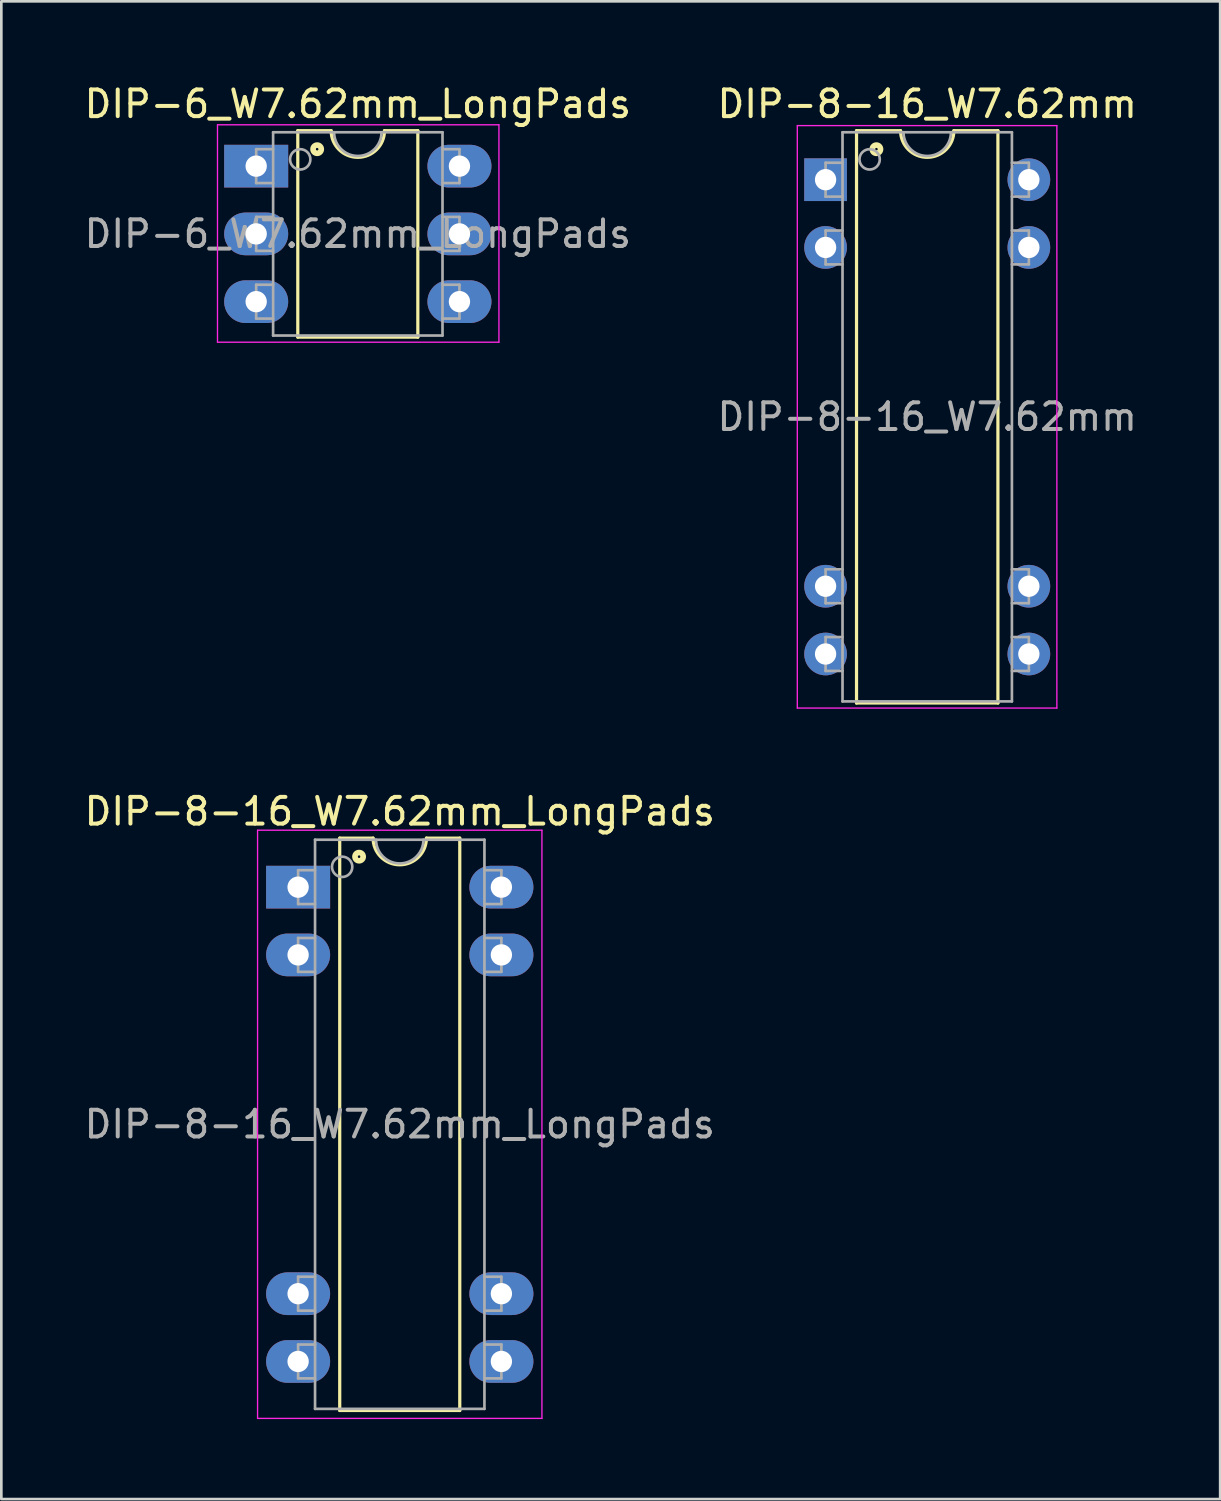
<source format=kicad_pcb>
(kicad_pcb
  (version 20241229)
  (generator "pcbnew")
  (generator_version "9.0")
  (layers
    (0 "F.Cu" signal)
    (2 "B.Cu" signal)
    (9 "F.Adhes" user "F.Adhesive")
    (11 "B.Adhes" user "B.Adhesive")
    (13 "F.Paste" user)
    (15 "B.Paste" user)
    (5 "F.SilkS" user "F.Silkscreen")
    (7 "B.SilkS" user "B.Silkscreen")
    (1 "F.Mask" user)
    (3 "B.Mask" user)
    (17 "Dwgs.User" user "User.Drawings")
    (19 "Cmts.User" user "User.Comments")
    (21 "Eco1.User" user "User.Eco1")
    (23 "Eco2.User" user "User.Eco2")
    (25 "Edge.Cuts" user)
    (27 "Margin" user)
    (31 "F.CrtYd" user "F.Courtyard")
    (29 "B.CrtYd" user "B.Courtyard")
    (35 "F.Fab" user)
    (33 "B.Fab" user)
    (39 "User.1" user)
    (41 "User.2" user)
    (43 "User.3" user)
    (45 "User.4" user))
  (footprint "DIP-6_W7.62mm_LongPads"
    (layer "F.Cu")
    (at 6.553 3.178)
    (property "Reference" "DIP-6_W7.62mm_LongPads" (at 3.81 -2.33 0) (layer "F.SilkS") (effects (font (size 1 1) (thickness 0.15))))
    (attr through_hole)
    (fp_line (start 1.56 -1.33) (end 1.56 6.41) (stroke (width 0.12) (type solid)) (layer "F.SilkS"))
    (fp_line (start 1.56 6.41) (end 6.06 6.41) (stroke (width 0.12) (type solid)) (layer "F.SilkS"))
    (fp_line (start 2.81 -1.33) (end 1.56 -1.33) (stroke (width 0.12) (type solid)) (layer "F.SilkS"))
    (fp_line (start 6.06 -1.33) (end 4.81 -1.33) (stroke (width 0.12) (type solid)) (layer "F.SilkS"))
    (fp_line (start 6.06 6.41) (end 6.06 -1.33) (stroke (width 0.12) (type solid)) (layer "F.SilkS"))
    (fp_arc (start 4.81 -1.33) (mid 3.81 -0.33) (end 2.81 -1.33) (stroke (width 0.12) (type solid)) (layer "F.SilkS"))
    (fp_circle (center 2.286 -0.635) (end 2.336 -0.635) (stroke (width 0.12) (type solid)) (fill no) (layer "F.SilkS"))
    (fp_circle (center 2.286 -0.635) (end 2.411 -0.635) (stroke (width 0.12) (type solid)) (fill no) (layer "F.SilkS"))
    (fp_circle (center 2.286 -0.635) (end 2.486 -0.635) (stroke (width 0.12) (type solid)) (fill no) (layer "F.SilkS"))
    (fp_line (start -1.45 -1.55) (end -1.45 6.6) (stroke (width 0.05) (type solid)) (layer "F.CrtYd"))
    (fp_line (start -1.45 6.6) (end 9.1 6.6) (stroke (width 0.05) (type solid)) (layer "F.CrtYd"))
    (fp_line (start 9.1 -1.55) (end -1.45 -1.55) (stroke (width 0.05) (type solid)) (layer "F.CrtYd"))
    (fp_line (start 9.1 6.6) (end 9.1 -1.55) (stroke (width 0.05) (type solid)) (layer "F.CrtYd"))
    (fp_line (start 0 -0.635) (end 0 0.635) (stroke (width 0.1) (type solid)) (layer "F.Fab"))
    (fp_line (start 0 -0.635) (end 0.635 -0.635) (stroke (width 0.1) (type solid)) (layer "F.Fab"))
    (fp_line (start 0 0.635) (end 0.635 0.635) (stroke (width 0.1) (type solid)) (layer "F.Fab"))
    (fp_line (start 0 1.905) (end 0 3.175) (stroke (width 0.1) (type solid)) (layer "F.Fab"))
    (fp_line (start 0 1.905) (end 0.635 1.905) (stroke (width 0.1) (type solid)) (layer "F.Fab"))
    (fp_line (start 0 3.175) (end 0.635 3.175) (stroke (width 0.1) (type solid)) (layer "F.Fab"))
    (fp_line (start 0 4.445) (end 0 5.715) (stroke (width 0.1) (type solid)) (layer "F.Fab"))
    (fp_line (start 0 4.445) (end 0.635 4.445) (stroke (width 0.1) (type solid)) (layer "F.Fab"))
    (fp_line (start 0 5.715) (end 0.635 5.715) (stroke (width 0.1) (type solid)) (layer "F.Fab"))
    (fp_line (start 0.635 -1.27) (end 6.985 -1.27) (stroke (width 0.1) (type solid)) (layer "F.Fab"))
    (fp_line (start 0.635 6.35) (end 0.635 -1.27) (stroke (width 0.1) (type solid)) (layer "F.Fab"))
    (fp_line (start 6.985 -1.27) (end 6.985 6.35) (stroke (width 0.1) (type solid)) (layer "F.Fab"))
    (fp_line (start 6.985 6.35) (end 0.635 6.35) (stroke (width 0.1) (type solid)) (layer "F.Fab"))
    (fp_line (start 7.62 -0.635) (end 6.985 -0.635) (stroke (width 0.1) (type solid)) (layer "F.Fab"))
    (fp_line (start 7.62 0.635) (end 6.985 0.635) (stroke (width 0.1) (type solid)) (layer "F.Fab"))
    (fp_line (start 7.62 0.635) (end 7.62 -0.635) (stroke (width 0.1) (type solid)) (layer "F.Fab"))
    (fp_line (start 7.62 1.905) (end 6.985 1.905) (stroke (width 0.1) (type solid)) (layer "F.Fab"))
    (fp_line (start 7.62 3.175) (end 6.985 3.175) (stroke (width 0.1) (type solid)) (layer "F.Fab"))
    (fp_line (start 7.62 3.175) (end 7.62 1.905) (stroke (width 0.1) (type solid)) (layer "F.Fab"))
    (fp_line (start 7.62 4.445) (end 6.985 4.445) (stroke (width 0.1) (type solid)) (layer "F.Fab"))
    (fp_line (start 7.62 5.715) (end 6.985 5.715) (stroke (width 0.1) (type solid)) (layer "F.Fab"))
    (fp_line (start 7.62 5.715) (end 7.62 4.445) (stroke (width 0.1) (type solid)) (layer "F.Fab"))
    (fp_arc (start 4.699 -1.27) (mid 3.81 -0.381) (end 2.921 -1.27) (stroke (width 0.1) (type solid)) (layer "F.Fab"))
    (fp_circle (center 1.651 -0.254) (end 2.032 -0.254) (stroke (width 0.1) (type solid)) (fill no) (layer "F.Fab"))
    (fp_text user "${REFERENCE}" (at 3.81 2.54 0) (layer "F.Fab") (effects (font (size 1 1) (thickness 0.15))))
    (pad "1" thru_hole rect (at 0 0) (size 2.4 1.6) (drill 0.8) (layers "*.Cu" "*.Mask"))
    (pad "2" thru_hole oval (at 0 2.54) (size 2.4 1.6) (drill 0.8) (layers "*.Cu" "*.Mask"))
    (pad "3" thru_hole oval (at 0 5.08) (size 2.4 1.6) (drill 0.8) (layers "*.Cu" "*.Mask"))
    (pad "4" thru_hole oval (at 7.62 5.08) (size 2.4 1.6) (drill 0.8) (layers "*.Cu" "*.Mask"))
    (pad "5" thru_hole oval (at 7.62 2.54) (size 2.4 1.6) (drill 0.8) (layers "*.Cu" "*.Mask"))
    (pad "6" thru_hole oval (at 7.62 0) (size 2.4 1.6) (drill 0.8) (layers "*.Cu" "*.Mask")))
  (footprint "DIP-8-16_W7.62mm"
    (layer "F.Cu")
    (at 27.898 3.686)
    (property "Reference" "DIP-8-16_W7.62mm" (at 3.81 -2.838 0) (layer "F.SilkS") (effects (font (size 1 1) (thickness 0.15))))
    (attr through_hole)
    (fp_line (start 1.16 -1.838) (end 1.16 19.618) (stroke (width 0.12) (type solid)) (layer "F.SilkS"))
    (fp_line (start 1.16 19.618) (end 6.46 19.618) (stroke (width 0.12) (type solid)) (layer "F.SilkS"))
    (fp_line (start 2.81 -1.838) (end 1.16 -1.838) (stroke (width 0.12) (type solid)) (layer "F.SilkS"))
    (fp_line (start 6.46 -1.838) (end 4.81 -1.838) (stroke (width 0.12) (type solid)) (layer "F.SilkS"))
    (fp_line (start 6.46 19.618) (end 6.46 -1.838) (stroke (width 0.12) (type solid)) (layer "F.SilkS"))
    (fp_arc (start 4.81 -1.838) (mid 3.81 -0.838) (end 2.81 -1.838) (stroke (width 0.12) (type solid)) (layer "F.SilkS"))
    (fp_circle (center 1.905 -1.143) (end 1.955 -1.143) (stroke (width 0.12) (type solid)) (fill no) (layer "F.SilkS"))
    (fp_circle (center 1.905 -1.143) (end 2.03 -1.143) (stroke (width 0.12) (type solid)) (fill no) (layer "F.SilkS"))
    (fp_circle (center 1.905 -1.143) (end 2.105 -1.143) (stroke (width 0.12) (type solid)) (fill no) (layer "F.SilkS"))
    (fp_line (start -1.06 -2.028) (end -1.06 19.808) (stroke (width 0.05) (type solid)) (layer "F.CrtYd"))
    (fp_line (start -1.06 19.808) (end 8.67 19.808) (stroke (width 0.05) (type solid)) (layer "F.CrtYd"))
    (fp_line (start 8.67 -2.028) (end -1.06 -2.028) (stroke (width 0.05) (type solid)) (layer "F.CrtYd"))
    (fp_line (start 8.67 19.808) (end 8.67 -2.028) (stroke (width 0.05) (type solid)) (layer "F.CrtYd"))
    (fp_line (start 0 -0.635) (end 0 0.635) (stroke (width 0.1) (type solid)) (layer "F.Fab"))
    (fp_line (start 0 -0.635) (end 0.635 -0.635) (stroke (width 0.1) (type solid)) (layer "F.Fab"))
    (fp_line (start 0 0.635) (end 0.635 0.635) (stroke (width 0.1) (type solid)) (layer "F.Fab"))
    (fp_line (start 0 1.905) (end 0 3.175) (stroke (width 0.1) (type solid)) (layer "F.Fab"))
    (fp_line (start 0 1.905) (end 0.635 1.905) (stroke (width 0.1) (type solid)) (layer "F.Fab"))
    (fp_line (start 0 3.175) (end 0.635 3.175) (stroke (width 0.1) (type solid)) (layer "F.Fab"))
    (fp_line (start 0 14.605) (end 0 15.875) (stroke (width 0.1) (type solid)) (layer "F.Fab"))
    (fp_line (start 0 14.605) (end 0.635 14.605) (stroke (width 0.1) (type solid)) (layer "F.Fab"))
    (fp_line (start 0 15.875) (end 0.635 15.875) (stroke (width 0.1) (type solid)) (layer "F.Fab"))
    (fp_line (start 0 17.145) (end 0 18.415) (stroke (width 0.1) (type solid)) (layer "F.Fab"))
    (fp_line (start 0 17.145) (end 0.635 17.145) (stroke (width 0.1) (type solid)) (layer "F.Fab"))
    (fp_line (start 0 18.415) (end 0.635 18.415) (stroke (width 0.1) (type solid)) (layer "F.Fab"))
    (fp_line (start 0.635 -1.778) (end 6.985 -1.778) (stroke (width 0.1) (type solid)) (layer "F.Fab"))
    (fp_line (start 0.635 19.558) (end 0.635 -1.778) (stroke (width 0.1) (type solid)) (layer "F.Fab"))
    (fp_line (start 6.985 -1.778) (end 6.985 19.558) (stroke (width 0.1) (type solid)) (layer "F.Fab"))
    (fp_line (start 6.985 19.558) (end 0.635 19.558) (stroke (width 0.1) (type solid)) (layer "F.Fab"))
    (fp_line (start 7.62 -0.635) (end 6.985 -0.635) (stroke (width 0.1) (type solid)) (layer "F.Fab"))
    (fp_line (start 7.62 0.635) (end 6.985 0.635) (stroke (width 0.1) (type solid)) (layer "F.Fab"))
    (fp_line (start 7.62 0.635) (end 7.62 -0.635) (stroke (width 0.1) (type solid)) (layer "F.Fab"))
    (fp_line (start 7.62 1.905) (end 6.985 1.905) (stroke (width 0.1) (type solid)) (layer "F.Fab"))
    (fp_line (start 7.62 3.175) (end 6.985 3.175) (stroke (width 0.1) (type solid)) (layer "F.Fab"))
    (fp_line (start 7.62 3.175) (end 7.62 1.905) (stroke (width 0.1) (type solid)) (layer "F.Fab"))
    (fp_line (start 7.62 14.605) (end 6.985 14.605) (stroke (width 0.1) (type solid)) (layer "F.Fab"))
    (fp_line (start 7.62 15.875) (end 6.985 15.875) (stroke (width 0.1) (type solid)) (layer "F.Fab"))
    (fp_line (start 7.62 15.875) (end 7.62 14.605) (stroke (width 0.1) (type solid)) (layer "F.Fab"))
    (fp_line (start 7.62 17.145) (end 6.985 17.145) (stroke (width 0.1) (type solid)) (layer "F.Fab"))
    (fp_line (start 7.62 18.415) (end 6.985 18.415) (stroke (width 0.1) (type solid)) (layer "F.Fab"))
    (fp_line (start 7.62 18.415) (end 7.62 17.145) (stroke (width 0.1) (type solid)) (layer "F.Fab"))
    (fp_arc (start 4.699 -1.778) (mid 3.81 -0.889) (end 2.921 -1.778) (stroke (width 0.1) (type solid)) (layer "F.Fab"))
    (fp_circle (center 1.651 -0.762) (end 2.032 -0.762) (stroke (width 0.1) (type solid)) (fill no) (layer "F.Fab"))
    (fp_text user "${REFERENCE}" (at 3.81 8.89 0) (layer "F.Fab") (effects (font (size 1 1) (thickness 0.15))))
    (pad "1" thru_hole rect (at 0 0) (size 1.6 1.6) (drill 0.8) (layers "*.Cu" "*.Mask"))
    (pad "2" thru_hole circle (at 0 2.54) (size 1.6 1.6) (drill 0.8) (layers "*.Cu" "*.Mask"))
    (pad "3" thru_hole circle (at 0 15.24) (size 1.6 1.6) (drill 0.8) (layers "*.Cu" "*.Mask"))
    (pad "4" thru_hole circle (at 0 17.78) (size 1.6 1.6) (drill 0.8) (layers "*.Cu" "*.Mask"))
    (pad "5" thru_hole circle (at 7.62 17.78) (size 1.6 1.6) (drill 0.8) (layers "*.Cu" "*.Mask"))
    (pad "6" thru_hole circle (at 7.62 15.24) (size 1.6 1.6) (drill 0.8) (layers "*.Cu" "*.Mask"))
    (pad "7" thru_hole circle (at 7.62 2.54) (size 1.6 1.6) (drill 0.8) (layers "*.Cu" "*.Mask"))
    (pad "8" thru_hole circle (at 7.62 0) (size 1.6 1.6) (drill 0.8) (layers "*.Cu" "*.Mask")))
  (footprint "DIP-8-16_W7.62mm_LongPads"
    (layer "F.Cu")
    (at 8.125 30.206)
    (property "Reference" "DIP-8-16_W7.62mm_LongPads" (at 3.81 -2.838 0) (layer "F.SilkS") (effects (font (size 1 1) (thickness 0.15))))
    (attr through_hole)
    (fp_line (start 1.56 -1.838) (end 1.56 19.618) (stroke (width 0.12) (type solid)) (layer "F.SilkS"))
    (fp_line (start 1.56 19.618) (end 6.06 19.618) (stroke (width 0.12) (type solid)) (layer "F.SilkS"))
    (fp_line (start 2.81 -1.838) (end 1.56 -1.838) (stroke (width 0.12) (type solid)) (layer "F.SilkS"))
    (fp_line (start 6.06 -1.838) (end 4.81 -1.838) (stroke (width 0.12) (type solid)) (layer "F.SilkS"))
    (fp_line (start 6.06 19.618) (end 6.06 -1.838) (stroke (width 0.12) (type solid)) (layer "F.SilkS"))
    (fp_arc (start 4.81 -1.838) (mid 3.81 -0.838) (end 2.81 -1.838) (stroke (width 0.12) (type solid)) (layer "F.SilkS"))
    (fp_circle (center 2.286 -1.143) (end 2.336 -1.143) (stroke (width 0.12) (type solid)) (fill no) (layer "F.SilkS"))
    (fp_circle (center 2.286 -1.143) (end 2.411 -1.143) (stroke (width 0.12) (type solid)) (fill no) (layer "F.SilkS"))
    (fp_circle (center 2.286 -1.143) (end 2.486 -1.143) (stroke (width 0.12) (type solid)) (fill no) (layer "F.SilkS"))
    (fp_line (start -1.52 -2.134) (end -1.52 19.914) (stroke (width 0.05) (type solid)) (layer "F.CrtYd"))
    (fp_line (start -1.52 19.914) (end 9.14 19.914) (stroke (width 0.05) (type solid)) (layer "F.CrtYd"))
    (fp_line (start 9.14 -2.134) (end -1.52 -2.134) (stroke (width 0.05) (type solid)) (layer "F.CrtYd"))
    (fp_line (start 9.14 19.914) (end 9.14 -2.134) (stroke (width 0.05) (type solid)) (layer "F.CrtYd"))
    (fp_line (start 0 -0.635) (end 0 0.635) (stroke (width 0.1) (type solid)) (layer "F.Fab"))
    (fp_line (start 0 -0.635) (end 0.635 -0.635) (stroke (width 0.1) (type solid)) (layer "F.Fab"))
    (fp_line (start 0 0.635) (end 0.635 0.635) (stroke (width 0.1) (type solid)) (layer "F.Fab"))
    (fp_line (start 0 1.905) (end 0 3.175) (stroke (width 0.1) (type solid)) (layer "F.Fab"))
    (fp_line (start 0 1.905) (end 0.635 1.905) (stroke (width 0.1) (type solid)) (layer "F.Fab"))
    (fp_line (start 0 3.175) (end 0.635 3.175) (stroke (width 0.1) (type solid)) (layer "F.Fab"))
    (fp_line (start 0 14.605) (end 0 15.875) (stroke (width 0.1) (type solid)) (layer "F.Fab"))
    (fp_line (start 0 14.605) (end 0.635 14.605) (stroke (width 0.1) (type solid)) (layer "F.Fab"))
    (fp_line (start 0 15.875) (end 0.635 15.875) (stroke (width 0.1) (type solid)) (layer "F.Fab"))
    (fp_line (start 0 17.145) (end 0 18.415) (stroke (width 0.1) (type solid)) (layer "F.Fab"))
    (fp_line (start 0 17.145) (end 0.635 17.145) (stroke (width 0.1) (type solid)) (layer "F.Fab"))
    (fp_line (start 0 18.415) (end 0.635 18.415) (stroke (width 0.1) (type solid)) (layer "F.Fab"))
    (fp_line (start 0.635 -1.778) (end 6.985 -1.778) (stroke (width 0.1) (type solid)) (layer "F.Fab"))
    (fp_line (start 0.635 19.558) (end 0.635 -1.778) (stroke (width 0.1) (type solid)) (layer "F.Fab"))
    (fp_line (start 6.985 -1.778) (end 6.985 19.558) (stroke (width 0.1) (type solid)) (layer "F.Fab"))
    (fp_line (start 6.985 19.558) (end 0.635 19.558) (stroke (width 0.1) (type solid)) (layer "F.Fab"))
    (fp_line (start 7.62 -0.635) (end 6.985 -0.635) (stroke (width 0.1) (type solid)) (layer "F.Fab"))
    (fp_line (start 7.62 0.635) (end 6.985 0.635) (stroke (width 0.1) (type solid)) (layer "F.Fab"))
    (fp_line (start 7.62 0.635) (end 7.62 -0.635) (stroke (width 0.1) (type solid)) (layer "F.Fab"))
    (fp_line (start 7.62 1.905) (end 6.985 1.905) (stroke (width 0.1) (type solid)) (layer "F.Fab"))
    (fp_line (start 7.62 3.175) (end 6.985 3.175) (stroke (width 0.1) (type solid)) (layer "F.Fab"))
    (fp_line (start 7.62 3.175) (end 7.62 1.905) (stroke (width 0.1) (type solid)) (layer "F.Fab"))
    (fp_line (start 7.62 14.605) (end 6.985 14.605) (stroke (width 0.1) (type solid)) (layer "F.Fab"))
    (fp_line (start 7.62 15.875) (end 6.985 15.875) (stroke (width 0.1) (type solid)) (layer "F.Fab"))
    (fp_line (start 7.62 15.875) (end 7.62 14.605) (stroke (width 0.1) (type solid)) (layer "F.Fab"))
    (fp_line (start 7.62 17.145) (end 6.985 17.145) (stroke (width 0.1) (type solid)) (layer "F.Fab"))
    (fp_line (start 7.62 18.415) (end 6.985 18.415) (stroke (width 0.1) (type solid)) (layer "F.Fab"))
    (fp_line (start 7.62 18.415) (end 7.62 17.145) (stroke (width 0.1) (type solid)) (layer "F.Fab"))
    (fp_arc (start 4.699 -1.778) (mid 3.81 -0.889) (end 2.921 -1.778) (stroke (width 0.1) (type solid)) (layer "F.Fab"))
    (fp_circle (center 1.651 -0.762) (end 2.032 -0.762) (stroke (width 0.1) (type solid)) (fill no) (layer "F.Fab"))
    (fp_text user "${REFERENCE}" (at 3.81 8.89 0) (layer "F.Fab") (effects (font (size 1 1) (thickness 0.15))))
    (pad "1" thru_hole rect (at 0 0) (size 2.4 1.6) (drill 0.8) (layers "*.Cu" "*.Mask"))
    (pad "2" thru_hole oval (at 0 2.54) (size 2.4 1.6) (drill 0.8) (layers "*.Cu" "*.Mask"))
    (pad "3" thru_hole oval (at 0 15.24) (size 2.4 1.6) (drill 0.8) (layers "*.Cu" "*.Mask"))
    (pad "4" thru_hole oval (at 0 17.78) (size 2.4 1.6) (drill 0.8) (layers "*.Cu" "*.Mask"))
    (pad "5" thru_hole oval (at 7.62 17.78) (size 2.4 1.6) (drill 0.8) (layers "*.Cu" "*.Mask"))
    (pad "6" thru_hole oval (at 7.62 15.24) (size 2.4 1.6) (drill 0.8) (layers "*.Cu" "*.Mask"))
    (pad "7" thru_hole oval (at 7.62 2.54) (size 2.4 1.6) (drill 0.8) (layers "*.Cu" "*.Mask"))
    (pad "8" thru_hole oval (at 7.62 0) (size 2.4 1.6) (drill 0.8) (layers "*.Cu" "*.Mask")))
  (gr_rect
    (start -3 -3)
    (end 42.69 53.144)
    (stroke (width 0.1) (type default))
    (fill no)
    (layer "Edge.Cuts")))
</source>
